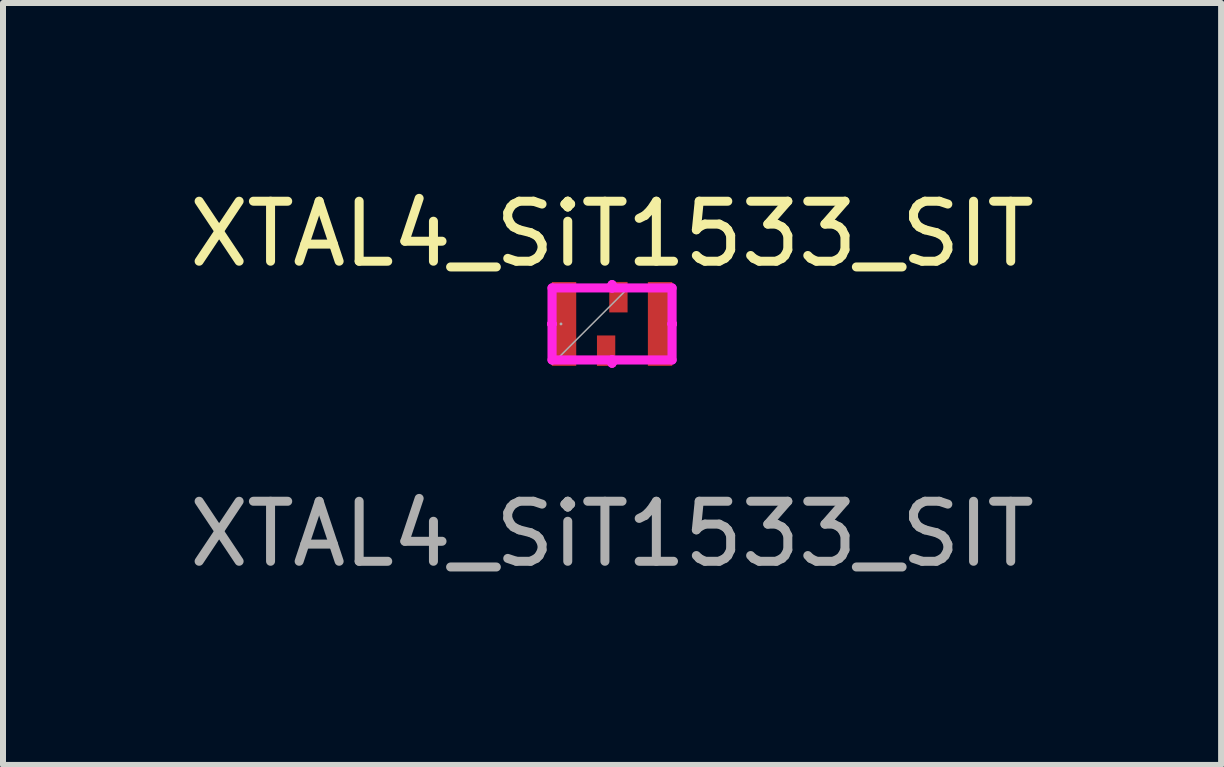
<source format=kicad_pcb>
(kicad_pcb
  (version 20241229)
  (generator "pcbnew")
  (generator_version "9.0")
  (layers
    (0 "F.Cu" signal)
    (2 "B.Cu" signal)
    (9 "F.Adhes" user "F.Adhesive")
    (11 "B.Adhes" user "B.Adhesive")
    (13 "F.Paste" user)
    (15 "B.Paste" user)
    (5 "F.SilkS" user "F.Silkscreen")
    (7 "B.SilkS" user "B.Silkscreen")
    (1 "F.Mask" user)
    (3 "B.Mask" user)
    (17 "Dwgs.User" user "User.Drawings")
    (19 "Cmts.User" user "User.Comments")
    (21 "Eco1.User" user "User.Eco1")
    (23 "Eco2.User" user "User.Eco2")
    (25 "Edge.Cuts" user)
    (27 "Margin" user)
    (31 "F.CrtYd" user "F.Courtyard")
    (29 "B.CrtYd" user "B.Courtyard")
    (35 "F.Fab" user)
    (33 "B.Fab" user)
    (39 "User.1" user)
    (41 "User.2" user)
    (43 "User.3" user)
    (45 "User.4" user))
  (footprint "XTAL4_SiT1533_SIT"
    (layer "F.Cu")
    (at 7.149 2.348)
    (property "Reference" "XTAL4_SiT1533_SIT" (at 0 -1.5 0) (unlocked yes) (layer "F.SilkS") (effects (font (size 1 1) (thickness 0.15))))
    (attr smd)
    (fp_line (start -1.003 0) (end -1.003 0) (stroke (width 0.152) (type solid)) (layer "F.CrtYd"))
    (fp_line (start -1.003 0) (end -1 0) (stroke (width 0.152) (type solid)) (layer "F.CrtYd"))
    (fp_line (start -1 -0.6) (end 0 -0.6) (stroke (width 0.152) (type solid)) (layer "F.CrtYd"))
    (fp_line (start -1 0) (end -1.003 0) (stroke (width 0.152) (type solid)) (layer "F.CrtYd"))
    (fp_line (start -1 0) (end -1 -0.6) (stroke (width 0.152) (type solid)) (layer "F.CrtYd"))
    (fp_line (start -1 0.6) (end -1 0) (stroke (width 0.152) (type solid)) (layer "F.CrtYd"))
    (fp_line (start 0 -0.653) (end 0 -0.653) (stroke (width 0.152) (type solid)) (layer "F.CrtYd"))
    (fp_line (start 0 -0.653) (end 0 -0.6) (stroke (width 0.152) (type solid)) (layer "F.CrtYd"))
    (fp_line (start 0 -0.6) (end 0 -0.653) (stroke (width 0.152) (type solid)) (layer "F.CrtYd"))
    (fp_line (start 0 -0.6) (end 1 -0.6) (stroke (width 0.152) (type solid)) (layer "F.CrtYd"))
    (fp_line (start 0 0.6) (end -1 0.6) (stroke (width 0.152) (type solid)) (layer "F.CrtYd"))
    (fp_line (start 0 0.6) (end 0 0.653) (stroke (width 0.152) (type solid)) (layer "F.CrtYd"))
    (fp_line (start 0 0.653) (end 0 0.6) (stroke (width 0.152) (type solid)) (layer "F.CrtYd"))
    (fp_line (start 0 0.653) (end 0 0.653) (stroke (width 0.152) (type solid)) (layer "F.CrtYd"))
    (fp_line (start 1 -0.6) (end 1 0) (stroke (width 0.152) (type solid)) (layer "F.CrtYd"))
    (fp_line (start 1 0) (end 1 0.6) (stroke (width 0.152) (type solid)) (layer "F.CrtYd"))
    (fp_line (start 1 0) (end 1.003 0) (stroke (width 0.152) (type solid)) (layer "F.CrtYd"))
    (fp_line (start 1 0.6) (end 0 0.6) (stroke (width 0.152) (type solid)) (layer "F.CrtYd"))
    (fp_line (start 1.003 0) (end 1 0) (stroke (width 0.152) (type solid)) (layer "F.CrtYd"))
    (fp_line (start 1.003 0) (end 1.003 0) (stroke (width 0.152) (type solid)) (layer "F.CrtYd"))
    (fp_line (start -1 -0.6) (end -1 0.6) (stroke (width 0.025) (type solid)) (layer "F.Fab"))
    (fp_line (start -1 0.6) (end 1 0.6) (stroke (width 0.025) (type solid)) (layer "F.Fab"))
    (fp_line (start -1 0.67) (end 0.27 -0.6) (stroke (width 0.025) (type solid)) (layer "F.Fab"))
    (fp_line (start 1 -0.6) (end -1 -0.6) (stroke (width 0.025) (type solid)) (layer "F.Fab"))
    (fp_line (start 1 0.6) (end 1 -0.6) (stroke (width 0.025) (type solid)) (layer "F.Fab"))
    (fp_circle (center -0.851 0) (end -0.851 0) (stroke (width 0.025) (type solid)) (fill no) (layer "F.Fab"))
    (fp_text user "${REFERENCE}" (at 0 3.5 0) (unlocked yes) (layer "F.Fab") (effects (font (size 1 1) (thickness 0.15))))
    (pad "1" smd rect (at -0.8 0) (size 0.406 1.397) (layers "F.Cu" "F.Mask" "F.Paste"))
    (pad "2" smd rect (at -0.099 0.446 90) (size 0.508 0.305) (layers "F.Cu" "F.Mask" "F.Paste"))
    (pad "3" smd rect (at 0.8 0) (size 0.406 1.397) (layers "F.Cu" "F.Mask" "F.Paste"))
    (pad "4" smd rect (at 0.106 -0.446 90) (size 0.508 0.305) (layers "F.Cu" "F.Mask" "F.Paste")))
  (gr_rect
    (start -3 -3)
    (end 17.298 9.697)
    (stroke (width 0.1) (type default))
    (fill no)
    (layer "Edge.Cuts")))
</source>
